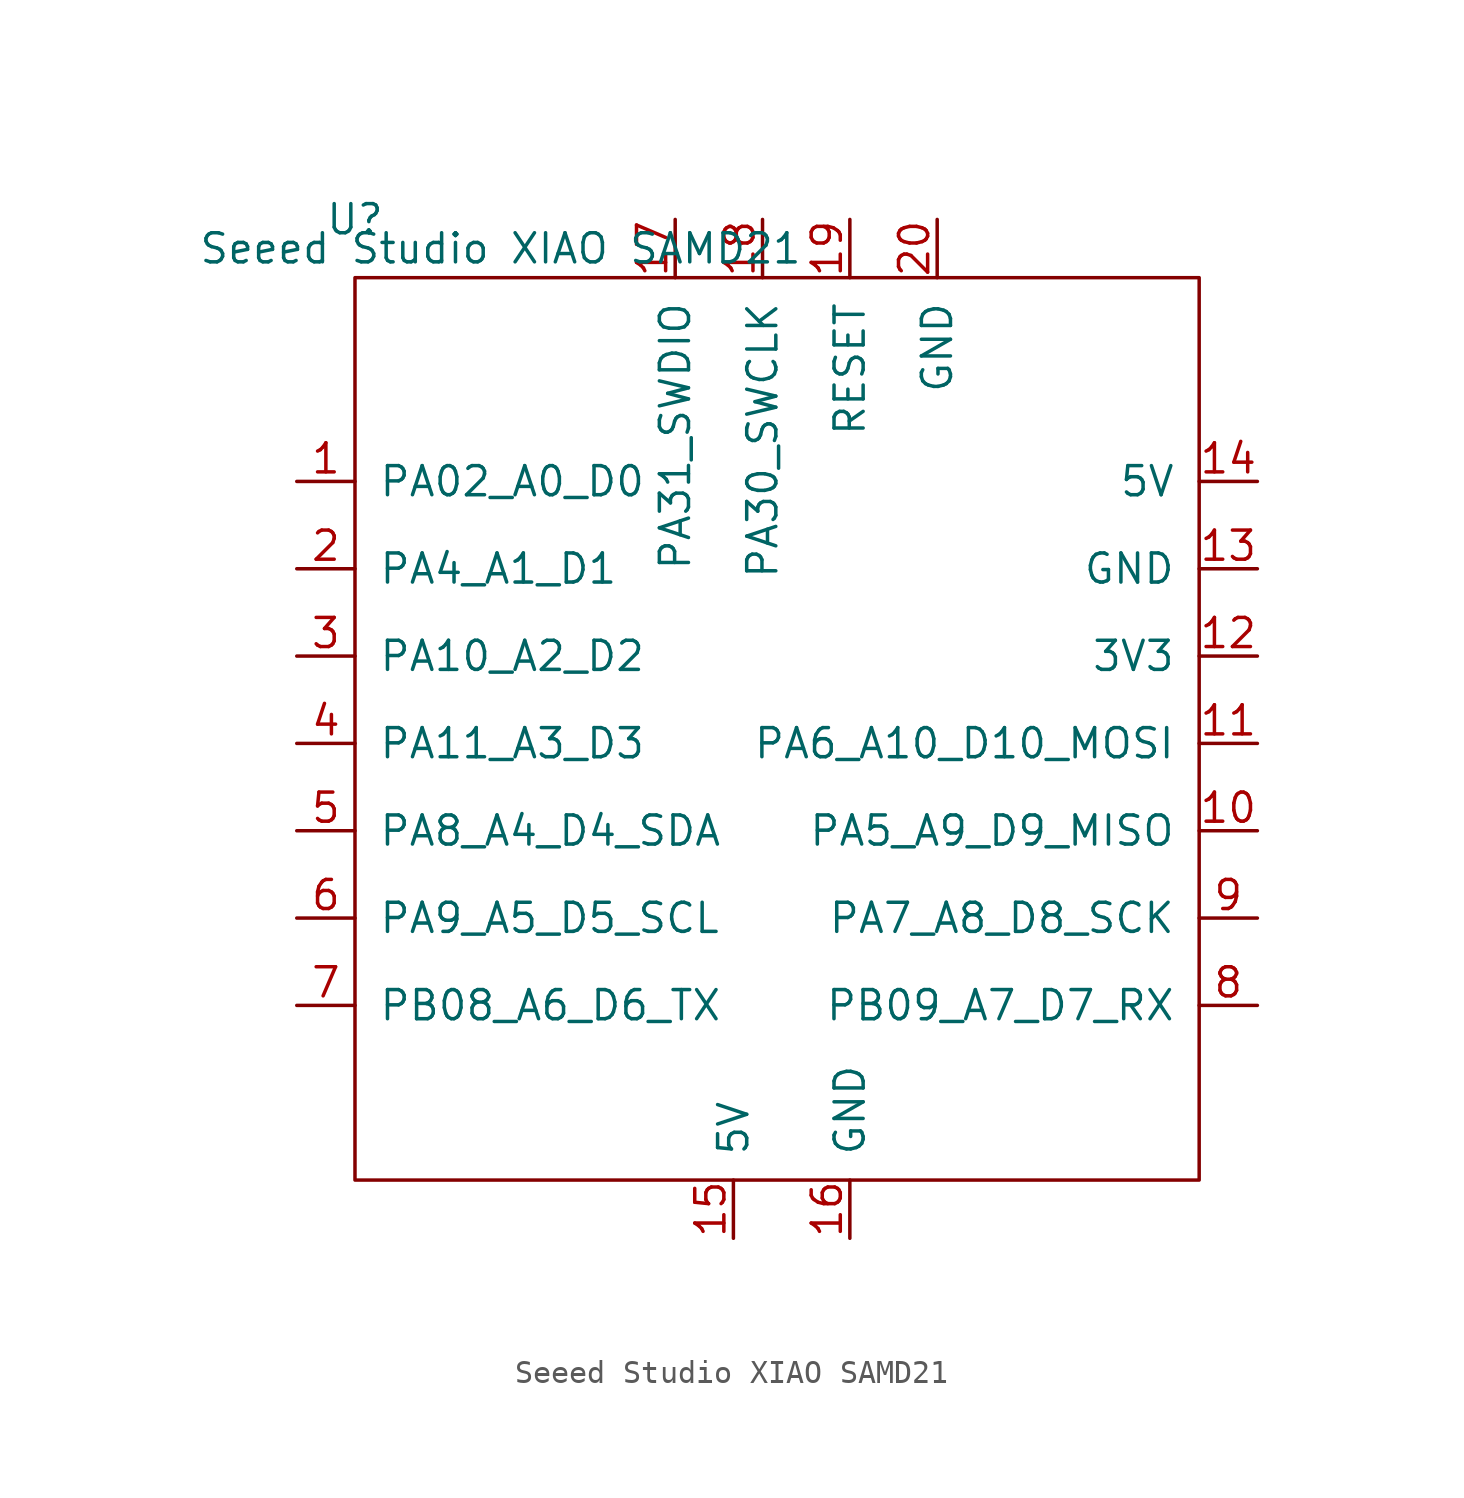
<source format=kicad_sym>
(kicad_symbol_lib
  (version 20241209)
  (generator "kicad_symbol_editor")
  (generator_version "9.0")
  (symbol "Seeed Studio XIAO SAMD21"
    (pin_names
      (offset 1.016))
    (property "Reference" "U"
      (at -19.05 22.86 0)
      (effects (font (size 1.27 1.27))))
    (property "Value" "Seeed Studio XIAO SAMD21"
      (at -12.7 21.59 0)
      (effects (font (size 1.27 1.27))))
    (symbol "Seeed Studio XIAO SAMD21_0_1"
      (rectangle (start -19.05 20.32) (end 17.78 -19.05) (stroke (width 0) (type default)) (fill (type none))))
    (symbol "Seeed Studio XIAO SAMD21_1_1"
      (pin unspecified line (at -21.59 11.43 0) (length 2.54) (name "PA02_A0_D0" (effects (font (size 1.27 1.27)))) (number "1" (effects (font (size 1.27 1.27)))))
      (pin unspecified line (at -21.59 7.62 0) (length 2.54) (name "PA4_A1_D1" (effects (font (size 1.27 1.27)))) (number "2" (effects (font (size 1.27 1.27)))))
      (pin unspecified line (at -21.59 3.81 0) (length 2.54) (name "PA10_A2_D2" (effects (font (size 1.27 1.27)))) (number "3" (effects (font (size 1.27 1.27)))))
      (pin unspecified line (at -21.59 0 0) (length 2.54) (name "PA11_A3_D3" (effects (font (size 1.27 1.27)))) (number "4" (effects (font (size 1.27 1.27)))))
      (pin unspecified line (at -21.59 -3.81 0) (length 2.54) (name "PA8_A4_D4_SDA" (effects (font (size 1.27 1.27)))) (number "5" (effects (font (size 1.27 1.27)))))
      (pin unspecified line (at -21.59 -7.62 0) (length 2.54) (name "PA9_A5_D5_SCL" (effects (font (size 1.27 1.27)))) (number "6" (effects (font (size 1.27 1.27)))))
      (pin unspecified line (at -21.59 -11.43 0) (length 2.54) (name "PB08_A6_D6_TX" (effects (font (size 1.27 1.27)))) (number "7" (effects (font (size 1.27 1.27)))))
      (pin input line (at -5.08 22.86 270) (length 2.54) (name "PA31_SWDIO" (effects (font (size 1.27 1.27)))) (number "17" (effects (font (size 1.27 1.27)))))
      (pin input line (at -2.54 -21.59 90) (length 2.54) (name "5V" (effects (font (size 1.27 1.27)))) (number "15" (effects (font (size 1.27 1.27)))))
      (pin input line (at -1.27 22.86 270) (length 2.54) (name "PA30_SWCLK" (effects (font (size 1.27 1.27)))) (number "18" (effects (font (size 1.27 1.27)))))
      (pin input line (at 2.54 22.86 270) (length 2.54) (name "RESET" (effects (font (size 1.27 1.27)))) (number "19" (effects (font (size 1.27 1.27)))))
      (pin input line (at 2.54 -21.59 90) (length 2.54) (name "GND" (effects (font (size 1.27 1.27)))) (number "16" (effects (font (size 1.27 1.27)))))
      (pin input line (at 6.35 22.86 270) (length 2.54) (name "GND" (effects (font (size 1.27 1.27)))) (number "20" (effects (font (size 1.27 1.27)))))
      (pin unspecified line (at 20.32 11.43 180) (length 2.54) (name "5V" (effects (font (size 1.27 1.27)))) (number "14" (effects (font (size 1.27 1.27)))))
      (pin unspecified line (at 20.32 7.62 180) (length 2.54) (name "GND" (effects (font (size 1.27 1.27)))) (number "13" (effects (font (size 1.27 1.27)))))
      (pin unspecified line (at 20.32 3.81 180) (length 2.54) (name "3V3" (effects (font (size 1.27 1.27)))) (number "12" (effects (font (size 1.27 1.27)))))
      (pin unspecified line (at 20.32 0 180) (length 2.54) (name "PA6_A10_D10_MOSI" (effects (font (size 1.27 1.27)))) (number "11" (effects (font (size 1.27 1.27)))))
      (pin unspecified line (at 20.32 -3.81 180) (length 2.54) (name "PA5_A9_D9_MISO" (effects (font (size 1.27 1.27)))) (number "10" (effects (font (size 1.27 1.27)))))
      (pin unspecified line (at 20.32 -7.62 180) (length 2.54) (name "PA7_A8_D8_SCK" (effects (font (size 1.27 1.27)))) (number "9" (effects (font (size 1.27 1.27)))))
      (pin unspecified line (at 20.32 -11.43 180) (length 2.54) (name "PB09_A7_D7_RX" (effects (font (size 1.27 1.27)))) (number "8" (effects (font (size 1.27 1.27))))))))
</source>
